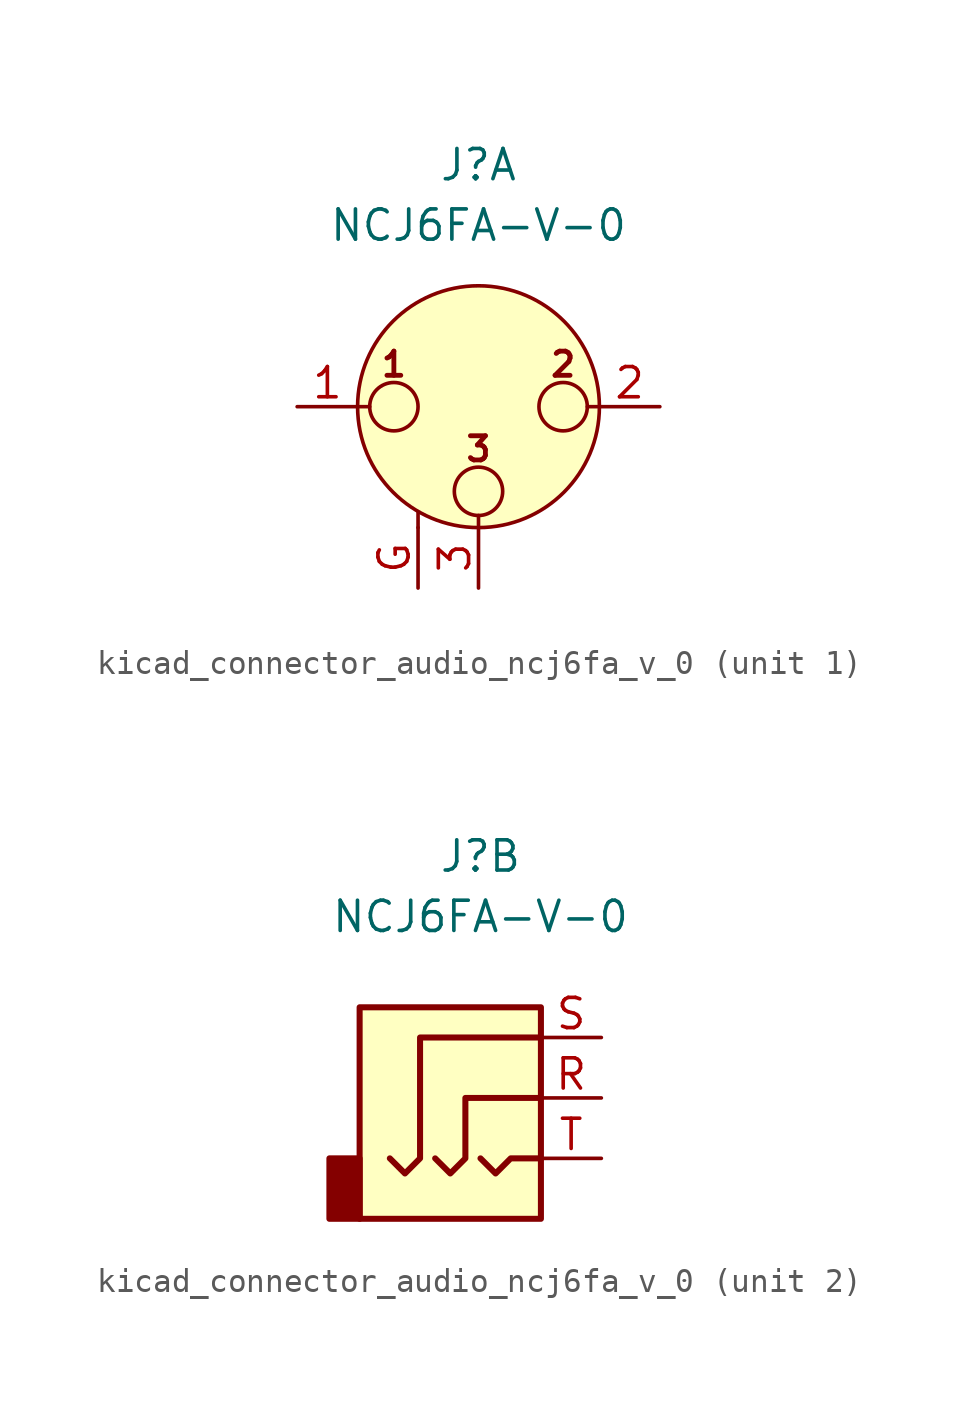
<source format=kicad_sym>
(kicad_symbol_lib
  (version 20220914)
  (generator kicad_symbol_editor)
  (symbol "kicad_connector_audio_ncj6fa_v_0"
    (pin_names hide)
    (property "Reference" "J"
      (at 0 10.16 0)
      (effects (font (size 1.27 1.27))))
    (property "Value" "NCJ6FA-V-0"
      (at 0 7.62 0)
      (effects (font (size 1.27 1.27))))
    (symbol "kicad_connector_audio_ncj6fa_v_0_1_1"
      (circle (center -3.556 0) (radius 1.016) (stroke (width 0) (type default)) (fill (type none)))
      (circle (center 0 -3.556) (radius 1.016) (stroke (width 0) (type default)) (fill (type none)))
      (polyline (pts (xy -5.08 0) (xy -4.572 0)) (stroke (width 0) (type default)) (fill (type none)))
      (polyline (pts (xy -2.54 -5.08) (xy -2.54 -4.445)) (stroke (width 0) (type default)) (fill (type none)))
      (polyline (pts (xy 0 -5.08) (xy 0 -4.572)) (stroke (width 0) (type default)) (fill (type none)))
      (polyline (pts (xy 5.08 0) (xy 4.572 0)) (stroke (width 0) (type default)) (fill (type none)))
      (circle (center 0 0) (radius 5.08) (stroke (width 0) (type default)) (fill (type background)))
      (circle (center 3.556 0) (radius 1.016) (stroke (width 0) (type default)) (fill (type none)))
      (text "1" (at -3.556 1.778 0) (effects (font (size 1.016 1.016) bold)))
      (text "2" (at 3.556 1.778 0) (effects (font (size 1.016 1.016) bold)))
      (text "3" (at 0 -1.778 0) (effects (font (size 1.016 1.016) bold)))
      (pin passive line (at -7.62 0 0) (length 2.54) (name "~" (effects (font (size 1.27 1.27)))) (number "1" (effects (font (size 1.27 1.27)))))
      (pin passive line (at 7.62 0 180) (length 2.54) (name "~" (effects (font (size 1.27 1.27)))) (number "2" (effects (font (size 1.27 1.27)))))
      (pin passive line (at 0 -7.62 90) (length 2.54) (name "~" (effects (font (size 1.27 1.27)))) (number "3" (effects (font (size 1.27 1.27)))))
      (pin passive line (at -2.54 -7.62 90) (length 2.54) (name "~" (effects (font (size 1.27 1.27)))) (number "G" (effects (font (size 1.27 1.27))))))
    (symbol "kicad_connector_audio_ncj6fa_v_0_2_1"
      (rectangle (start -5.08 -2.54) (end -6.35 -5.08) (stroke (width 0.254) (type default)) (fill (type outline)))
      (polyline (pts (xy 0 -2.54) (xy 0.635 -3.175) (xy 1.27 -2.54) (xy 2.54 -2.54)) (stroke (width 0.254) (type default)) (fill (type none)))
      (polyline (pts (xy -1.905 -2.54) (xy -1.27 -3.175) (xy -0.635 -2.54) (xy -0.635 0) (xy 2.54 0)) (stroke (width 0.254) (type default)) (fill (type none)))
      (polyline (pts (xy 2.54 2.54) (xy -2.54 2.54) (xy -2.54 -2.54) (xy -3.175 -3.175) (xy -3.81 -2.54)) (stroke (width 0.254) (type default)) (fill (type none)))
      (rectangle (start 2.54 3.81) (end -5.08 -5.08) (stroke (width 0.254) (type default)) (fill (type background)))
      (pin passive line (at 5.08 0 180) (length 2.54) (name "~" (effects (font (size 1.27 1.27)))) (number "R" (effects (font (size 1.27 1.27)))))
      (pin passive line (at 5.08 2.54 180) (length 2.54) (name "~" (effects (font (size 1.27 1.27)))) (number "S" (effects (font (size 1.27 1.27)))))
      (pin passive line (at 5.08 -2.54 180) (length 2.54) (name "~" (effects (font (size 1.27 1.27)))) (number "T" (effects (font (size 1.27 1.27))))))))
</source>
